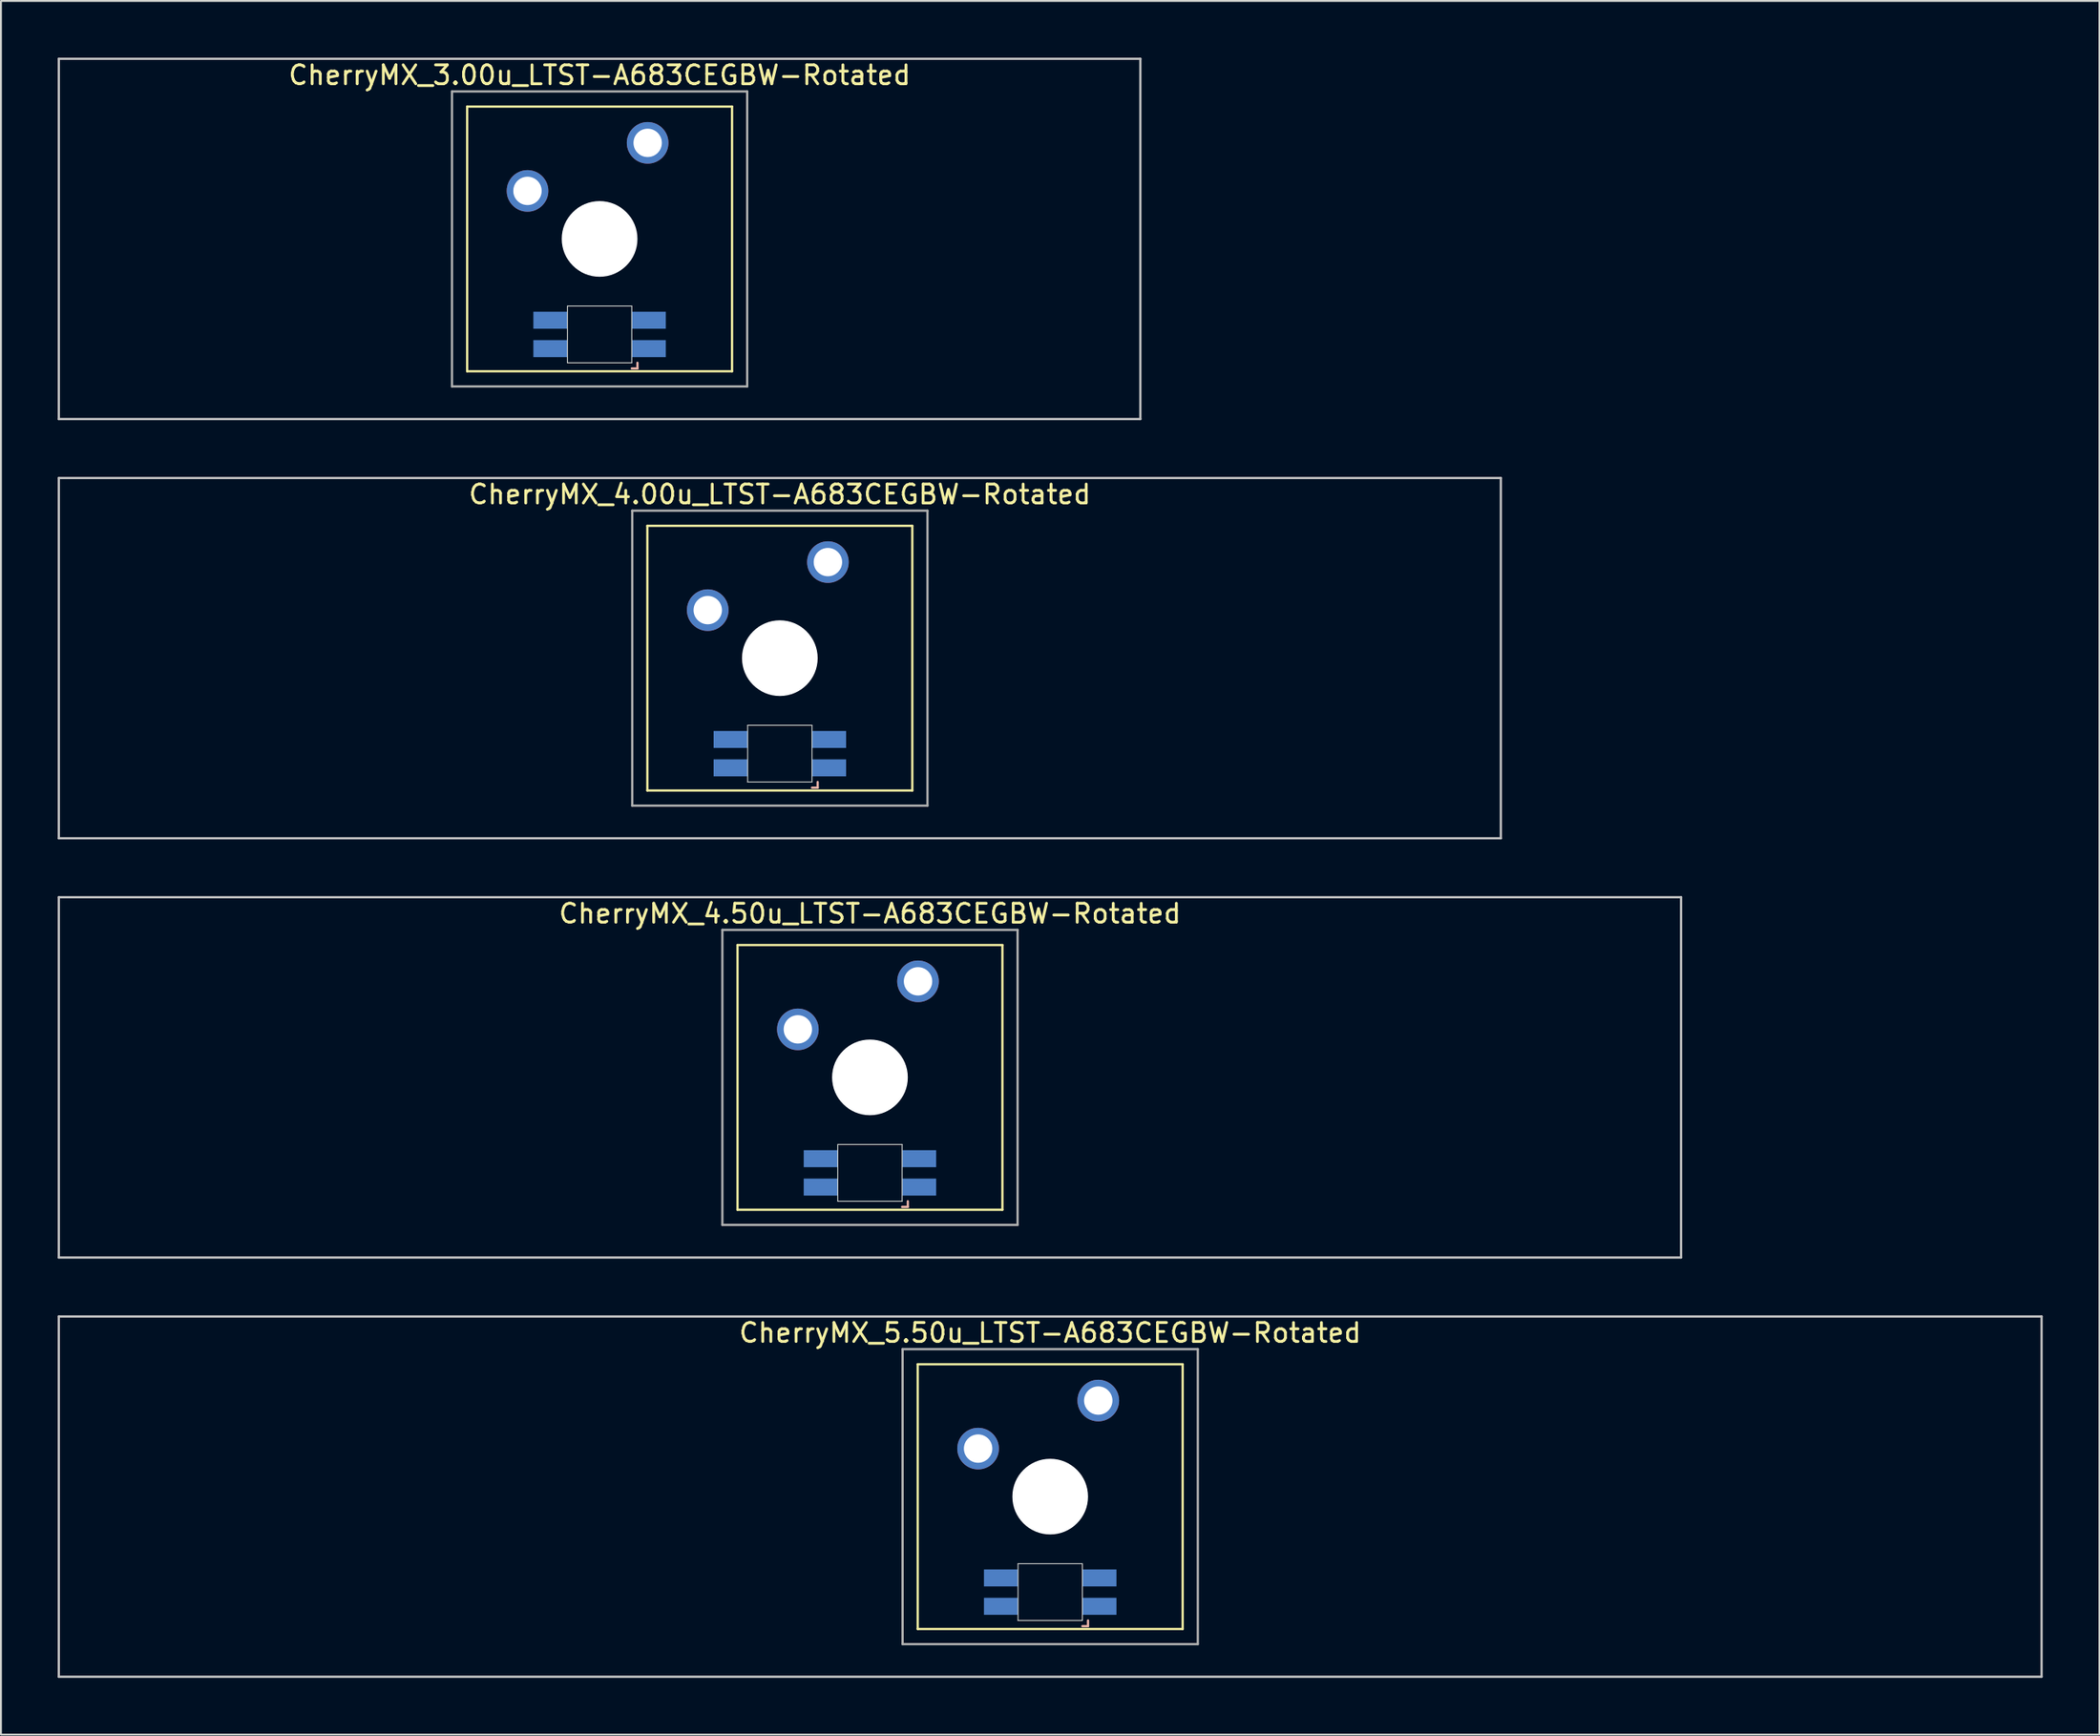
<source format=kicad_pcb>
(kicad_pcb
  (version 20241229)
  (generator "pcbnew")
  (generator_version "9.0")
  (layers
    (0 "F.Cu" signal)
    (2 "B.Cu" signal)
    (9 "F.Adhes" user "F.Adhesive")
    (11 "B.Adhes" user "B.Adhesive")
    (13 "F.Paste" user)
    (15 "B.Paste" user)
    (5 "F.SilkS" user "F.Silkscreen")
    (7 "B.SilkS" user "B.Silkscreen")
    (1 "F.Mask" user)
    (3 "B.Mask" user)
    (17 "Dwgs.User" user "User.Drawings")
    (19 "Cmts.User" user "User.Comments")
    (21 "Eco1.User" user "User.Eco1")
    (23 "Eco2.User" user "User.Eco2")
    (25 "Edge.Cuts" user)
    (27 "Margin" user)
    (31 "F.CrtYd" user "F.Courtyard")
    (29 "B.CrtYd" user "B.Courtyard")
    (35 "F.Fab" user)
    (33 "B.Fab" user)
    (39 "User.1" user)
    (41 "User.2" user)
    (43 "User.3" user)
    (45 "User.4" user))
  (footprint "CherryMX_5.50u_LTST-A683CEGBW-Rotated"
    (layer "F.Cu")
    (at 52.447 76.095)
    (property "Reference" "CherryMX_5.50u_LTST-A683CEGBW-Rotated" (at 0 -8.662 0) (layer "F.SilkS") (effects (font (size 1 1) (thickness 0.15))))
    (attr through_hole)
    (fp_line (start -7 -7) (end -7 7) (stroke (width 0.12) (type solid)) (layer "F.SilkS"))
    (fp_line (start -7 -7) (end 7 -7) (stroke (width 0.12) (type solid)) (layer "F.SilkS"))
    (fp_line (start 7 -7) (end 7 7) (stroke (width 0.12) (type solid)) (layer "F.SilkS"))
    (fp_line (start 7 7) (end -7 7) (stroke (width 0.12) (type solid)) (layer "F.SilkS"))
    (fp_line (start 1.7 6.85) (end 2 6.85) (stroke (width 0.12) (type solid)) (layer "B.SilkS"))
    (fp_line (start 2 6.85) (end 2 6.55) (stroke (width 0.12) (type solid)) (layer "B.SilkS"))
    (fp_line (start -52.388 -9.525) (end 52.388 -9.525) (stroke (width 0.12) (type solid)) (layer "Dwgs.User"))
    (fp_line (start -52.388 9.525) (end -52.388 -9.525) (stroke (width 0.12) (type solid)) (layer "Dwgs.User"))
    (fp_line (start 52.388 -9.525) (end 52.388 9.525) (stroke (width 0.12) (type solid)) (layer "Dwgs.User"))
    (fp_line (start 52.388 9.525) (end -52.388 9.525) (stroke (width 0.12) (type solid)) (layer "Dwgs.User"))
    (fp_line (start -1.7 3.55) (end 1.7 3.55) (stroke (width 0.05) (type solid)) (layer "Edge.Cuts"))
    (fp_line (start -1.7 6.55) (end -1.7 3.55) (stroke (width 0.05) (type solid)) (layer "Edge.Cuts"))
    (fp_line (start 1.7 3.55) (end 1.7 6.55) (stroke (width 0.05) (type solid)) (layer "Edge.Cuts"))
    (fp_line (start 1.7 6.55) (end -1.7 6.55) (stroke (width 0.05) (type solid)) (layer "Edge.Cuts"))
    (fp_line (start -7.8 -7.8) (end -7.8 7.8) (stroke (width 0.12) (type solid)) (layer "F.Fab"))
    (fp_line (start -7.8 -7.8) (end 7.8 -7.8) (stroke (width 0.12) (type solid)) (layer "F.Fab"))
    (fp_line (start -7.8 7.8) (end 7.8 7.8) (stroke (width 0.12) (type solid)) (layer "F.Fab"))
    (fp_line (start 7.8 -7.8) (end 7.8 7.8) (stroke (width 0.12) (type solid)) (layer "F.Fab"))
    (pad "" np_thru_hole circle (at 0 0) (size 4 4) (drill 4) (layers "*.Cu" "*.Mask"))
    (pad "1" thru_hole circle (at -3.81 -2.54) (size 2.2 2.2) (drill 1.5) (layers "*.Cu" "*.Mask"))
    (pad "2" thru_hole circle (at 2.54 -5.08) (size 2.2 2.2) (drill 1.5) (layers "*.Cu" "*.Mask"))
    (pad "3" smd rect (at 2.6 5.8) (size 1.8 0.9) (layers "B.Cu" "B.Mask" "B.Paste"))
    (pad "4" smd rect (at 2.6 4.3) (size 1.8 0.9) (layers "B.Cu" "B.Mask" "B.Paste"))
    (pad "5" smd rect (at -2.6 5.8) (size 1.8 0.9) (layers "B.Cu" "B.Mask" "B.Paste"))
    (pad "6" smd rect (at -2.6 4.3) (size 1.8 0.9) (layers "B.Cu" "B.Mask" "B.Paste")))
  (footprint "CherryMX_4.50u_LTST-A683CEGBW-Rotated"
    (layer "F.Cu")
    (at 42.922 53.925)
    (property "Reference" "CherryMX_4.50u_LTST-A683CEGBW-Rotated" (at 0 -8.662 0) (layer "F.SilkS") (effects (font (size 1 1) (thickness 0.15))))
    (attr through_hole)
    (fp_line (start -7 -7) (end -7 7) (stroke (width 0.12) (type solid)) (layer "F.SilkS"))
    (fp_line (start -7 -7) (end 7 -7) (stroke (width 0.12) (type solid)) (layer "F.SilkS"))
    (fp_line (start 7 -7) (end 7 7) (stroke (width 0.12) (type solid)) (layer "F.SilkS"))
    (fp_line (start 7 7) (end -7 7) (stroke (width 0.12) (type solid)) (layer "F.SilkS"))
    (fp_line (start 1.7 6.85) (end 2 6.85) (stroke (width 0.12) (type solid)) (layer "B.SilkS"))
    (fp_line (start 2 6.85) (end 2 6.55) (stroke (width 0.12) (type solid)) (layer "B.SilkS"))
    (fp_line (start -42.862 -9.525) (end 42.862 -9.525) (stroke (width 0.12) (type solid)) (layer "Dwgs.User"))
    (fp_line (start -42.862 9.525) (end -42.862 -9.525) (stroke (width 0.12) (type solid)) (layer "Dwgs.User"))
    (fp_line (start 42.862 -9.525) (end 42.862 9.525) (stroke (width 0.12) (type solid)) (layer "Dwgs.User"))
    (fp_line (start 42.862 9.525) (end -42.862 9.525) (stroke (width 0.12) (type solid)) (layer "Dwgs.User"))
    (fp_line (start -1.7 3.55) (end 1.7 3.55) (stroke (width 0.05) (type solid)) (layer "Edge.Cuts"))
    (fp_line (start -1.7 6.55) (end -1.7 3.55) (stroke (width 0.05) (type solid)) (layer "Edge.Cuts"))
    (fp_line (start 1.7 3.55) (end 1.7 6.55) (stroke (width 0.05) (type solid)) (layer "Edge.Cuts"))
    (fp_line (start 1.7 6.55) (end -1.7 6.55) (stroke (width 0.05) (type solid)) (layer "Edge.Cuts"))
    (fp_line (start -7.8 -7.8) (end -7.8 7.8) (stroke (width 0.12) (type solid)) (layer "F.Fab"))
    (fp_line (start -7.8 -7.8) (end 7.8 -7.8) (stroke (width 0.12) (type solid)) (layer "F.Fab"))
    (fp_line (start -7.8 7.8) (end 7.8 7.8) (stroke (width 0.12) (type solid)) (layer "F.Fab"))
    (fp_line (start 7.8 -7.8) (end 7.8 7.8) (stroke (width 0.12) (type solid)) (layer "F.Fab"))
    (pad "" np_thru_hole circle (at 0 0) (size 4 4) (drill 4) (layers "*.Cu" "*.Mask"))
    (pad "1" thru_hole circle (at -3.81 -2.54) (size 2.2 2.2) (drill 1.5) (layers "*.Cu" "*.Mask"))
    (pad "2" thru_hole circle (at 2.54 -5.08) (size 2.2 2.2) (drill 1.5) (layers "*.Cu" "*.Mask"))
    (pad "3" smd rect (at 2.6 5.8) (size 1.8 0.9) (layers "B.Cu" "B.Mask" "B.Paste"))
    (pad "4" smd rect (at 2.6 4.3) (size 1.8 0.9) (layers "B.Cu" "B.Mask" "B.Paste"))
    (pad "5" smd rect (at -2.6 5.8) (size 1.8 0.9) (layers "B.Cu" "B.Mask" "B.Paste"))
    (pad "6" smd rect (at -2.6 4.3) (size 1.8 0.9) (layers "B.Cu" "B.Mask" "B.Paste")))
  (footprint "CherryMX_3.00u_LTST-A683CEGBW-Rotated"
    (layer "F.Cu")
    (at 28.635 9.585)
    (property "Reference" "CherryMX_3.00u_LTST-A683CEGBW-Rotated" (at 0 -8.662 0) (layer "F.SilkS") (effects (font (size 1 1) (thickness 0.15))))
    (attr through_hole)
    (fp_line (start -7 -7) (end -7 7) (stroke (width 0.12) (type solid)) (layer "F.SilkS"))
    (fp_line (start -7 -7) (end 7 -7) (stroke (width 0.12) (type solid)) (layer "F.SilkS"))
    (fp_line (start 7 -7) (end 7 7) (stroke (width 0.12) (type solid)) (layer "F.SilkS"))
    (fp_line (start 7 7) (end -7 7) (stroke (width 0.12) (type solid)) (layer "F.SilkS"))
    (fp_line (start 1.7 6.85) (end 2 6.85) (stroke (width 0.12) (type solid)) (layer "B.SilkS"))
    (fp_line (start 2 6.85) (end 2 6.55) (stroke (width 0.12) (type solid)) (layer "B.SilkS"))
    (fp_line (start -28.575 -9.525) (end 28.575 -9.525) (stroke (width 0.12) (type solid)) (layer "Dwgs.User"))
    (fp_line (start -28.575 9.525) (end -28.575 -9.525) (stroke (width 0.12) (type solid)) (layer "Dwgs.User"))
    (fp_line (start 28.575 -9.525) (end 28.575 9.525) (stroke (width 0.12) (type solid)) (layer "Dwgs.User"))
    (fp_line (start 28.575 9.525) (end -28.575 9.525) (stroke (width 0.12) (type solid)) (layer "Dwgs.User"))
    (fp_line (start -1.7 3.55) (end 1.7 3.55) (stroke (width 0.05) (type solid)) (layer "Edge.Cuts"))
    (fp_line (start -1.7 6.55) (end -1.7 3.55) (stroke (width 0.05) (type solid)) (layer "Edge.Cuts"))
    (fp_line (start 1.7 3.55) (end 1.7 6.55) (stroke (width 0.05) (type solid)) (layer "Edge.Cuts"))
    (fp_line (start 1.7 6.55) (end -1.7 6.55) (stroke (width 0.05) (type solid)) (layer "Edge.Cuts"))
    (fp_line (start -7.8 -7.8) (end -7.8 7.8) (stroke (width 0.12) (type solid)) (layer "F.Fab"))
    (fp_line (start -7.8 -7.8) (end 7.8 -7.8) (stroke (width 0.12) (type solid)) (layer "F.Fab"))
    (fp_line (start -7.8 7.8) (end 7.8 7.8) (stroke (width 0.12) (type solid)) (layer "F.Fab"))
    (fp_line (start 7.8 -7.8) (end 7.8 7.8) (stroke (width 0.12) (type solid)) (layer "F.Fab"))
    (pad "" np_thru_hole circle (at 0 0) (size 4 4) (drill 4) (layers "*.Cu" "*.Mask"))
    (pad "1" thru_hole circle (at -3.81 -2.54) (size 2.2 2.2) (drill 1.5) (layers "*.Cu" "*.Mask"))
    (pad "2" thru_hole circle (at 2.54 -5.08) (size 2.2 2.2) (drill 1.5) (layers "*.Cu" "*.Mask"))
    (pad "3" smd rect (at 2.6 5.8) (size 1.8 0.9) (layers "B.Cu" "B.Mask" "B.Paste"))
    (pad "4" smd rect (at 2.6 4.3) (size 1.8 0.9) (layers "B.Cu" "B.Mask" "B.Paste"))
    (pad "5" smd rect (at -2.6 5.8) (size 1.8 0.9) (layers "B.Cu" "B.Mask" "B.Paste"))
    (pad "6" smd rect (at -2.6 4.3) (size 1.8 0.9) (layers "B.Cu" "B.Mask" "B.Paste")))
  (footprint "CherryMX_4.00u_LTST-A683CEGBW-Rotated"
    (layer "F.Cu")
    (at 38.16 31.755)
    (property "Reference" "CherryMX_4.00u_LTST-A683CEGBW-Rotated" (at 0 -8.662 0) (layer "F.SilkS") (effects (font (size 1 1) (thickness 0.15))))
    (attr through_hole)
    (fp_line (start -7 -7) (end -7 7) (stroke (width 0.12) (type solid)) (layer "F.SilkS"))
    (fp_line (start -7 -7) (end 7 -7) (stroke (width 0.12) (type solid)) (layer "F.SilkS"))
    (fp_line (start 7 -7) (end 7 7) (stroke (width 0.12) (type solid)) (layer "F.SilkS"))
    (fp_line (start 7 7) (end -7 7) (stroke (width 0.12) (type solid)) (layer "F.SilkS"))
    (fp_line (start 1.7 6.85) (end 2 6.85) (stroke (width 0.12) (type solid)) (layer "B.SilkS"))
    (fp_line (start 2 6.85) (end 2 6.55) (stroke (width 0.12) (type solid)) (layer "B.SilkS"))
    (fp_line (start -38.1 -9.525) (end 38.1 -9.525) (stroke (width 0.12) (type solid)) (layer "Dwgs.User"))
    (fp_line (start -38.1 9.525) (end -38.1 -9.525) (stroke (width 0.12) (type solid)) (layer "Dwgs.User"))
    (fp_line (start 38.1 -9.525) (end 38.1 9.525) (stroke (width 0.12) (type solid)) (layer "Dwgs.User"))
    (fp_line (start 38.1 9.525) (end -38.1 9.525) (stroke (width 0.12) (type solid)) (layer "Dwgs.User"))
    (fp_line (start -1.7 3.55) (end 1.7 3.55) (stroke (width 0.05) (type solid)) (layer "Edge.Cuts"))
    (fp_line (start -1.7 6.55) (end -1.7 3.55) (stroke (width 0.05) (type solid)) (layer "Edge.Cuts"))
    (fp_line (start 1.7 3.55) (end 1.7 6.55) (stroke (width 0.05) (type solid)) (layer "Edge.Cuts"))
    (fp_line (start 1.7 6.55) (end -1.7 6.55) (stroke (width 0.05) (type solid)) (layer "Edge.Cuts"))
    (fp_line (start -7.8 -7.8) (end -7.8 7.8) (stroke (width 0.12) (type solid)) (layer "F.Fab"))
    (fp_line (start -7.8 -7.8) (end 7.8 -7.8) (stroke (width 0.12) (type solid)) (layer "F.Fab"))
    (fp_line (start -7.8 7.8) (end 7.8 7.8) (stroke (width 0.12) (type solid)) (layer "F.Fab"))
    (fp_line (start 7.8 -7.8) (end 7.8 7.8) (stroke (width 0.12) (type solid)) (layer "F.Fab"))
    (pad "" np_thru_hole circle (at 0 0) (size 4 4) (drill 4) (layers "*.Cu" "*.Mask"))
    (pad "1" thru_hole circle (at -3.81 -2.54) (size 2.2 2.2) (drill 1.5) (layers "*.Cu" "*.Mask"))
    (pad "2" thru_hole circle (at 2.54 -5.08) (size 2.2 2.2) (drill 1.5) (layers "*.Cu" "*.Mask"))
    (pad "3" smd rect (at 2.6 5.8) (size 1.8 0.9) (layers "B.Cu" "B.Mask" "B.Paste"))
    (pad "4" smd rect (at 2.6 4.3) (size 1.8 0.9) (layers "B.Cu" "B.Mask" "B.Paste"))
    (pad "5" smd rect (at -2.6 5.8) (size 1.8 0.9) (layers "B.Cu" "B.Mask" "B.Paste"))
    (pad "6" smd rect (at -2.6 4.3) (size 1.8 0.9) (layers "B.Cu" "B.Mask" "B.Paste")))
  (gr_rect
    (start -3 -3)
    (end 107.895 88.68)
    (stroke (width 0.1) (type default))
    (fill no)
    (layer "Edge.Cuts")))
</source>
